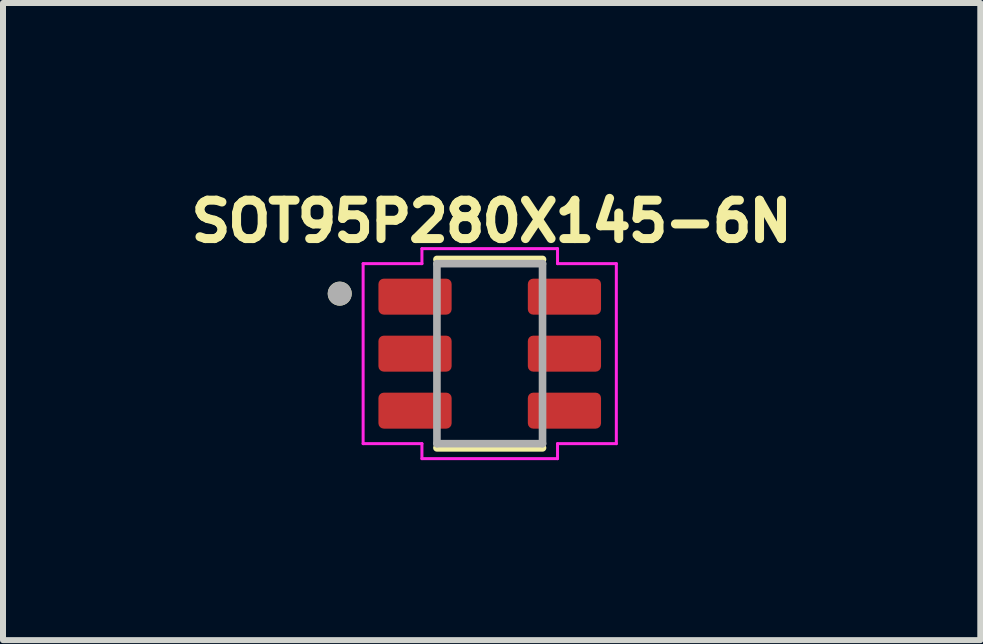
<source format=kicad_pcb>
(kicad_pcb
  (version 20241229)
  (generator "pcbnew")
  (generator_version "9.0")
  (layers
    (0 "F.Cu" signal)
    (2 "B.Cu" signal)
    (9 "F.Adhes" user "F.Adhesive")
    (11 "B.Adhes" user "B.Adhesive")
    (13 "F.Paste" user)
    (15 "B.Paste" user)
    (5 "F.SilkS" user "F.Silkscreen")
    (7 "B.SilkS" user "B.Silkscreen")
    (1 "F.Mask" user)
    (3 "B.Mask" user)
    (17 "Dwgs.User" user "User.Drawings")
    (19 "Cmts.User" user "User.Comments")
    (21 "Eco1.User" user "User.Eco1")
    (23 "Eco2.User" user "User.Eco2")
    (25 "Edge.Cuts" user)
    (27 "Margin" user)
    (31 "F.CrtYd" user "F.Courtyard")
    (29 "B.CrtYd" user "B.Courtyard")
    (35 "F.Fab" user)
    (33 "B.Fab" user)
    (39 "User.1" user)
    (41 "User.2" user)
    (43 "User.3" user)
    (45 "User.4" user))
  (footprint "SOT95P280X145-6N"
    (layer "F.Cu")
    (at 5.112 2.844)
    (property "Reference" "SOT95P280X145-6N" (at 0.032 -2.206 0) (layer "F.SilkS") (effects (font (size 0.64 0.64) (thickness 0.15))))
    (attr smd)
    (fp_line (start -0.88 -1.57) (end 0.88 -1.57) (stroke (width 0.127) (type solid)) (layer "F.SilkS"))
    (fp_line (start -0.88 1.57) (end 0.88 1.57) (stroke (width 0.127) (type solid)) (layer "F.SilkS"))
    (fp_circle (center -2.5 -1) (end -2.4 -1) (stroke (width 0.2) (type solid)) (fill no) (layer "F.SilkS"))
    (fp_line (start -2.11 -1.5) (end -2.11 1.5) (stroke (width 0.05) (type solid)) (layer "F.CrtYd"))
    (fp_line (start -2.11 -1.5) (end -1.13 -1.5) (stroke (width 0.05) (type solid)) (layer "F.CrtYd"))
    (fp_line (start -1.13 -1.75) (end 1.13 -1.75) (stroke (width 0.05) (type solid)) (layer "F.CrtYd"))
    (fp_line (start -1.13 -1.5) (end -1.13 -1.75) (stroke (width 0.05) (type solid)) (layer "F.CrtYd"))
    (fp_line (start -1.13 1.5) (end -2.11 1.5) (stroke (width 0.05) (type solid)) (layer "F.CrtYd"))
    (fp_line (start -1.13 1.75) (end -1.13 1.5) (stroke (width 0.05) (type solid)) (layer "F.CrtYd"))
    (fp_line (start 1.13 -1.75) (end 1.13 -1.5) (stroke (width 0.05) (type solid)) (layer "F.CrtYd"))
    (fp_line (start 1.13 -1.5) (end 2.11 -1.5) (stroke (width 0.05) (type solid)) (layer "F.CrtYd"))
    (fp_line (start 1.13 1.5) (end 1.13 1.75) (stroke (width 0.05) (type solid)) (layer "F.CrtYd"))
    (fp_line (start 1.13 1.75) (end -1.13 1.75) (stroke (width 0.05) (type solid)) (layer "F.CrtYd"))
    (fp_line (start 2.11 1.5) (end 1.13 1.5) (stroke (width 0.05) (type solid)) (layer "F.CrtYd"))
    (fp_line (start 2.11 1.5) (end 2.11 -1.5) (stroke (width 0.05) (type solid)) (layer "F.CrtYd"))
    (fp_line (start -0.88 -1.5) (end 0.88 -1.5) (stroke (width 0.127) (type solid)) (layer "F.Fab"))
    (fp_line (start -0.88 1.5) (end -0.88 -1.5) (stroke (width 0.127) (type solid)) (layer "F.Fab"))
    (fp_line (start 0.88 -1.5) (end 0.88 1.5) (stroke (width 0.127) (type solid)) (layer "F.Fab"))
    (fp_line (start 0.88 1.5) (end -0.88 1.5) (stroke (width 0.127) (type solid)) (layer "F.Fab"))
    (fp_circle (center -2.5 -1) (end -2.4 -1) (stroke (width 0.2) (type solid)) (fill no) (layer "F.Fab"))
    (pad "1" smd roundrect (at -1.245 -0.95) (size 1.22 0.6) (layers "F.Cu" "F.Mask" "F.Paste") (roundrect_rratio 0.15))
    (pad "2" smd roundrect (at -1.245 0) (size 1.22 0.6) (layers "F.Cu" "F.Mask" "F.Paste") (roundrect_rratio 0.15))
    (pad "3" smd roundrect (at -1.245 0.95) (size 1.22 0.6) (layers "F.Cu" "F.Mask" "F.Paste") (roundrect_rratio 0.15))
    (pad "4" smd roundrect (at 1.245 0.95) (size 1.22 0.6) (layers "F.Cu" "F.Mask" "F.Paste") (roundrect_rratio 0.15))
    (pad "5" smd roundrect (at 1.245 0) (size 1.22 0.6) (layers "F.Cu" "F.Mask" "F.Paste") (roundrect_rratio 0.15))
    (pad "6" smd roundrect (at 1.245 -0.95) (size 1.22 0.6) (layers "F.Cu" "F.Mask" "F.Paste") (roundrect_rratio 0.15)))
  (gr_rect
    (start -3 -3)
    (end 13.288 7.619)
    (stroke (width 0.1) (type default))
    (fill no)
    (layer "Edge.Cuts")))
</source>
